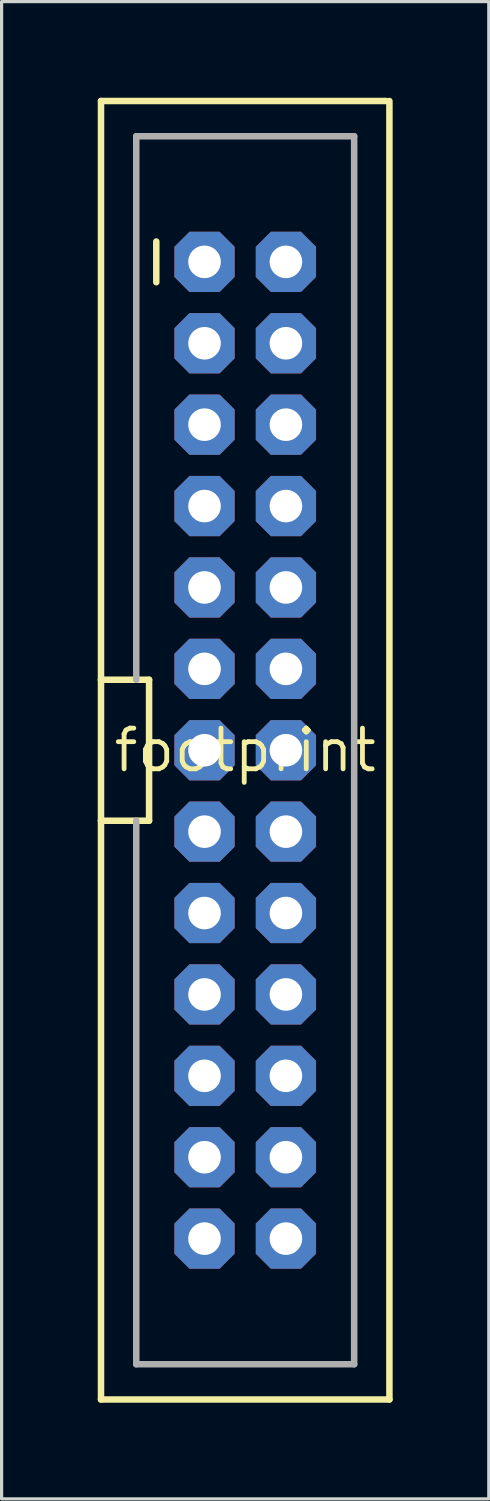
<source format=kicad_pcb>
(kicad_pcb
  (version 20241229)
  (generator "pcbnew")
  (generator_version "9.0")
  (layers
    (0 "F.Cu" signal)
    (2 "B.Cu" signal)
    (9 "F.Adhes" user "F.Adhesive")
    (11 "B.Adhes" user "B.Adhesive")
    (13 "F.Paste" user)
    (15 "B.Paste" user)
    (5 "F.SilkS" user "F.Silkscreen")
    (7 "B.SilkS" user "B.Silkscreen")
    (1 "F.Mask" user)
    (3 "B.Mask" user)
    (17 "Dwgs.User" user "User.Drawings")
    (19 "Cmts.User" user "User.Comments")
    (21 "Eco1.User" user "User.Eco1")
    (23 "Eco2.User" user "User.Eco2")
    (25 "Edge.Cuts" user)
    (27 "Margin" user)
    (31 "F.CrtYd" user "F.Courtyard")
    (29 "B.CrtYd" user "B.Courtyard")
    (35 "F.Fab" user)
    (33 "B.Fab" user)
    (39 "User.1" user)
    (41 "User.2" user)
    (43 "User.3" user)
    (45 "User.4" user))
  (footprint "footprint"
    (layer "F.Cu")
    (at 4.602 20.362)
    (property "Reference" "footprint" (at 0 0 0) (layer "F.SilkS") (effects (font (size 1.27 1.27) (thickness 0.15))))
    (fp_line (start -4.5 -20.26) (end 4.4 -20.26) (stroke (width 0.203) (type solid)) (layer "F.SilkS"))
    (fp_line (start -4.5 -2.2) (end -4.5 -20.26) (stroke (width 0.203) (type solid)) (layer "F.SilkS"))
    (fp_line (start -4.5 -2.2) (end -3 -2.2) (stroke (width 0.203) (type solid)) (layer "F.SilkS"))
    (fp_line (start -4.5 2.2) (end -4.5 -2.2) (stroke (width 0.203) (type solid)) (layer "F.SilkS"))
    (fp_line (start -4.5 20.26) (end -4.5 2.2) (stroke (width 0.203) (type solid)) (layer "F.SilkS"))
    (fp_line (start -3 -2.2) (end -3 2.2) (stroke (width 0.203) (type solid)) (layer "F.SilkS"))
    (fp_line (start -3 2.2) (end -4.5 2.2) (stroke (width 0.203) (type solid)) (layer "F.SilkS"))
    (fp_line (start -2.775 -15.875) (end -2.775 -14.605) (stroke (width 0.203) (type solid)) (layer "F.SilkS"))
    (fp_line (start 4.5 -20.26) (end 4.5 20.26) (stroke (width 0.203) (type solid)) (layer "F.SilkS"))
    (fp_line (start 4.5 20.26) (end -4.5 20.26) (stroke (width 0.203) (type solid)) (layer "F.SilkS"))
    (fp_line (start -3.4 -19.16) (end -3.4 -2.2) (stroke (width 0.203) (type solid)) (layer "F.Fab"))
    (fp_line (start -3.4 -19.16) (end 3.4 -19.16) (stroke (width 0.203) (type solid)) (layer "F.Fab"))
    (fp_line (start -3.4 19.16) (end -3.4 2.2) (stroke (width 0.203) (type solid)) (layer "F.Fab"))
    (fp_line (start -3.4 19.16) (end 3.4 19.16) (stroke (width 0.203) (type solid)) (layer "F.Fab"))
    (fp_line (start 3.4 -19.16) (end 3.4 19.16) (stroke (width 0.203) (type solid)) (layer "F.Fab"))
    (fp_poly (pts (xy -1.524 -14.986) (xy -1.016 -14.986) (xy -1.016 -15.494) (xy -1.524 -15.494)) (stroke (width 0.1) (type solid)) (fill no) (layer "F.Fab"))
    (fp_poly (pts (xy -1.524 -12.446) (xy -1.016 -12.446) (xy -1.016 -12.954) (xy -1.524 -12.954)) (stroke (width 0.1) (type solid)) (fill no) (layer "F.Fab"))
    (fp_poly (pts (xy -1.524 -9.906) (xy -1.016 -9.906) (xy -1.016 -10.414) (xy -1.524 -10.414)) (stroke (width 0.1) (type solid)) (fill no) (layer "F.Fab"))
    (fp_poly (pts (xy -1.524 -7.366) (xy -1.016 -7.366) (xy -1.016 -7.874) (xy -1.524 -7.874)) (stroke (width 0.1) (type solid)) (fill no) (layer "F.Fab"))
    (fp_poly (pts (xy -1.524 -7.366) (xy -1.016 -7.366) (xy -1.016 -7.874) (xy -1.524 -7.874)) (stroke (width 0.1) (type solid)) (fill no) (layer "F.Fab"))
    (fp_poly (pts (xy -1.524 -4.826) (xy -1.016 -4.826) (xy -1.016 -5.334) (xy -1.524 -5.334)) (stroke (width 0.1) (type solid)) (fill no) (layer "F.Fab"))
    (fp_poly (pts (xy -1.524 -2.286) (xy -1.016 -2.286) (xy -1.016 -2.794) (xy -1.524 -2.794)) (stroke (width 0.1) (type solid)) (fill no) (layer "F.Fab"))
    (fp_poly (pts (xy -1.524 0.254) (xy -1.016 0.254) (xy -1.016 -0.254) (xy -1.524 -0.254)) (stroke (width 0.1) (type solid)) (fill no) (layer "F.Fab"))
    (fp_poly (pts (xy -1.524 2.794) (xy -1.016 2.794) (xy -1.016 2.286) (xy -1.524 2.286)) (stroke (width 0.1) (type solid)) (fill no) (layer "F.Fab"))
    (fp_poly (pts (xy -1.524 5.334) (xy -1.016 5.334) (xy -1.016 4.826) (xy -1.524 4.826)) (stroke (width 0.1) (type solid)) (fill no) (layer "F.Fab"))
    (fp_poly (pts (xy -1.524 5.334) (xy -1.016 5.334) (xy -1.016 4.826) (xy -1.524 4.826)) (stroke (width 0.1) (type solid)) (fill no) (layer "F.Fab"))
    (fp_poly (pts (xy -1.524 7.874) (xy -1.016 7.874) (xy -1.016 7.366) (xy -1.524 7.366)) (stroke (width 0.1) (type solid)) (fill no) (layer "F.Fab"))
    (fp_poly (pts (xy -1.524 10.414) (xy -1.016 10.414) (xy -1.016 9.906) (xy -1.524 9.906)) (stroke (width 0.1) (type solid)) (fill no) (layer "F.Fab"))
    (fp_poly (pts (xy -1.524 12.954) (xy -1.016 12.954) (xy -1.016 12.446) (xy -1.524 12.446)) (stroke (width 0.1) (type solid)) (fill no) (layer "F.Fab"))
    (fp_poly (pts (xy -1.524 12.954) (xy -1.016 12.954) (xy -1.016 12.446) (xy -1.524 12.446)) (stroke (width 0.1) (type solid)) (fill no) (layer "F.Fab"))
    (fp_poly (pts (xy -1.524 15.494) (xy -1.016 15.494) (xy -1.016 14.986) (xy -1.524 14.986)) (stroke (width 0.1) (type solid)) (fill no) (layer "F.Fab"))
    (fp_poly (pts (xy 1.016 -14.986) (xy 1.524 -14.986) (xy 1.524 -15.494) (xy 1.016 -15.494)) (stroke (width 0.1) (type solid)) (fill no) (layer "F.Fab"))
    (fp_poly (pts (xy 1.016 -12.446) (xy 1.524 -12.446) (xy 1.524 -12.954) (xy 1.016 -12.954)) (stroke (width 0.1) (type solid)) (fill no) (layer "F.Fab"))
    (fp_poly (pts (xy 1.016 -9.906) (xy 1.524 -9.906) (xy 1.524 -10.414) (xy 1.016 -10.414)) (stroke (width 0.1) (type solid)) (fill no) (layer "F.Fab"))
    (fp_poly (pts (xy 1.016 -7.366) (xy 1.524 -7.366) (xy 1.524 -7.874) (xy 1.016 -7.874)) (stroke (width 0.1) (type solid)) (fill no) (layer "F.Fab"))
    (fp_poly (pts (xy 1.016 -7.366) (xy 1.524 -7.366) (xy 1.524 -7.874) (xy 1.016 -7.874)) (stroke (width 0.1) (type solid)) (fill no) (layer "F.Fab"))
    (fp_poly (pts (xy 1.016 -4.826) (xy 1.524 -4.826) (xy 1.524 -5.334) (xy 1.016 -5.334)) (stroke (width 0.1) (type solid)) (fill no) (layer "F.Fab"))
    (fp_poly (pts (xy 1.016 -2.286) (xy 1.524 -2.286) (xy 1.524 -2.794) (xy 1.016 -2.794)) (stroke (width 0.1) (type solid)) (fill no) (layer "F.Fab"))
    (fp_poly (pts (xy 1.016 0.254) (xy 1.524 0.254) (xy 1.524 -0.254) (xy 1.016 -0.254)) (stroke (width 0.1) (type solid)) (fill no) (layer "F.Fab"))
    (fp_poly (pts (xy 1.016 2.794) (xy 1.524 2.794) (xy 1.524 2.286) (xy 1.016 2.286)) (stroke (width 0.1) (type solid)) (fill no) (layer "F.Fab"))
    (fp_poly (pts (xy 1.016 5.334) (xy 1.524 5.334) (xy 1.524 4.826) (xy 1.016 4.826)) (stroke (width 0.1) (type solid)) (fill no) (layer "F.Fab"))
    (fp_poly (pts (xy 1.016 5.334) (xy 1.524 5.334) (xy 1.524 4.826) (xy 1.016 4.826)) (stroke (width 0.1) (type solid)) (fill no) (layer "F.Fab"))
    (fp_poly (pts (xy 1.016 7.874) (xy 1.524 7.874) (xy 1.524 7.366) (xy 1.016 7.366)) (stroke (width 0.1) (type solid)) (fill no) (layer "F.Fab"))
    (fp_poly (pts (xy 1.016 10.414) (xy 1.524 10.414) (xy 1.524 9.906) (xy 1.016 9.906)) (stroke (width 0.1) (type solid)) (fill no) (layer "F.Fab"))
    (fp_poly (pts (xy 1.016 12.954) (xy 1.524 12.954) (xy 1.524 12.446) (xy 1.016 12.446)) (stroke (width 0.1) (type solid)) (fill no) (layer "F.Fab"))
    (fp_poly (pts (xy 1.016 12.954) (xy 1.524 12.954) (xy 1.524 12.446) (xy 1.016 12.446)) (stroke (width 0.1) (type solid)) (fill no) (layer "F.Fab"))
    (fp_poly (pts (xy 1.016 15.494) (xy 1.524 15.494) (xy 1.524 14.986) (xy 1.016 14.986)) (stroke (width 0.1) (type solid)) (fill no) (layer "F.Fab"))
    (pad "1" thru_hole roundrect (at -1.27 -15.24 270) (size 1.88 1.88) (drill 1.016) (layers "*.Cu" "*.Mask") (roundrect_rratio 0.25) (chamfer_ratio 0.25) (chamfer top_left top_right bottom_left bottom_right))
    (pad "2" thru_hole roundrect (at 1.27 -15.24 270) (size 1.88 1.88) (drill 1.016) (layers "*.Cu" "*.Mask") (roundrect_rratio 0.25) (chamfer_ratio 0.25) (chamfer top_left top_right bottom_left bottom_right))
    (pad "3" thru_hole roundrect (at -1.27 -12.7 270) (size 1.88 1.88) (drill 1.016) (layers "*.Cu" "*.Mask") (roundrect_rratio 0.25) (chamfer_ratio 0.25) (chamfer top_left top_right bottom_left bottom_right))
    (pad "4" thru_hole roundrect (at 1.27 -12.7 270) (size 1.88 1.88) (drill 1.016) (layers "*.Cu" "*.Mask") (roundrect_rratio 0.25) (chamfer_ratio 0.25) (chamfer top_left top_right bottom_left bottom_right))
    (pad "5" thru_hole roundrect (at -1.27 -10.16 270) (size 1.88 1.88) (drill 1.016) (layers "*.Cu" "*.Mask") (roundrect_rratio 0.25) (chamfer_ratio 0.25) (chamfer top_left top_right bottom_left bottom_right))
    (pad "6" thru_hole roundrect (at 1.27 -10.16 270) (size 1.88 1.88) (drill 1.016) (layers "*.Cu" "*.Mask") (roundrect_rratio 0.25) (chamfer_ratio 0.25) (chamfer top_left top_right bottom_left bottom_right))
    (pad "7" thru_hole roundrect (at -1.27 -7.62 270) (size 1.88 1.88) (drill 1.016) (layers "*.Cu" "*.Mask") (roundrect_rratio 0.25) (chamfer_ratio 0.25) (chamfer top_left top_right bottom_left bottom_right))
    (pad "8" thru_hole roundrect (at 1.27 -7.62 270) (size 1.88 1.88) (drill 1.016) (layers "*.Cu" "*.Mask") (roundrect_rratio 0.25) (chamfer_ratio 0.25) (chamfer top_left top_right bottom_left bottom_right))
    (pad "9" thru_hole roundrect (at -1.27 -5.08 270) (size 1.88 1.88) (drill 1.016) (layers "*.Cu" "*.Mask") (roundrect_rratio 0.25) (chamfer_ratio 0.25) (chamfer top_left top_right bottom_left bottom_right))
    (pad "10" thru_hole roundrect (at 1.27 -5.08 270) (size 1.88 1.88) (drill 1.016) (layers "*.Cu" "*.Mask") (roundrect_rratio 0.25) (chamfer_ratio 0.25) (chamfer top_left top_right bottom_left bottom_right))
    (pad "11" thru_hole roundrect (at -1.27 -2.54 270) (size 1.88 1.88) (drill 1.016) (layers "*.Cu" "*.Mask") (roundrect_rratio 0.25) (chamfer_ratio 0.25) (chamfer top_left top_right bottom_left bottom_right))
    (pad "12" thru_hole roundrect (at 1.27 -2.54 270) (size 1.88 1.88) (drill 1.016) (layers "*.Cu" "*.Mask") (roundrect_rratio 0.25) (chamfer_ratio 0.25) (chamfer top_left top_right bottom_left bottom_right))
    (pad "13" thru_hole roundrect (at -1.27 0 270) (size 1.88 1.88) (drill 1.016) (layers "*.Cu" "*.Mask") (roundrect_rratio 0.25) (chamfer_ratio 0.25) (chamfer top_left top_right bottom_left bottom_right))
    (pad "14" thru_hole roundrect (at 1.27 0 270) (size 1.88 1.88) (drill 1.016) (layers "*.Cu" "*.Mask") (roundrect_rratio 0.25) (chamfer_ratio 0.25) (chamfer top_left top_right bottom_left bottom_right))
    (pad "15" thru_hole roundrect (at -1.27 2.54 270) (size 1.88 1.88) (drill 1.016) (layers "*.Cu" "*.Mask") (roundrect_rratio 0.25) (chamfer_ratio 0.25) (chamfer top_left top_right bottom_left bottom_right))
    (pad "16" thru_hole roundrect (at 1.27 2.54 270) (size 1.88 1.88) (drill 1.016) (layers "*.Cu" "*.Mask") (roundrect_rratio 0.25) (chamfer_ratio 0.25) (chamfer top_left top_right bottom_left bottom_right))
    (pad "17" thru_hole roundrect (at -1.27 5.08 270) (size 1.88 1.88) (drill 1.016) (layers "*.Cu" "*.Mask") (roundrect_rratio 0.25) (chamfer_ratio 0.25) (chamfer top_left top_right bottom_left bottom_right))
    (pad "18" thru_hole roundrect (at 1.27 5.08 270) (size 1.88 1.88) (drill 1.016) (layers "*.Cu" "*.Mask") (roundrect_rratio 0.25) (chamfer_ratio 0.25) (chamfer top_left top_right bottom_left bottom_right))
    (pad "19" thru_hole roundrect (at -1.27 7.62 270) (size 1.88 1.88) (drill 1.016) (layers "*.Cu" "*.Mask") (roundrect_rratio 0.25) (chamfer_ratio 0.25) (chamfer top_left top_right bottom_left bottom_right))
    (pad "20" thru_hole roundrect (at 1.27 7.62 270) (size 1.88 1.88) (drill 1.016) (layers "*.Cu" "*.Mask") (roundrect_rratio 0.25) (chamfer_ratio 0.25) (chamfer top_left top_right bottom_left bottom_right))
    (pad "21" thru_hole roundrect (at -1.27 10.16 270) (size 1.88 1.88) (drill 1.016) (layers "*.Cu" "*.Mask") (roundrect_rratio 0.25) (chamfer_ratio 0.25) (chamfer top_left top_right bottom_left bottom_right))
    (pad "22" thru_hole roundrect (at 1.27 10.16 270) (size 1.88 1.88) (drill 1.016) (layers "*.Cu" "*.Mask") (roundrect_rratio 0.25) (chamfer_ratio 0.25) (chamfer top_left top_right bottom_left bottom_right))
    (pad "23" thru_hole roundrect (at -1.27 12.7 270) (size 1.88 1.88) (drill 1.016) (layers "*.Cu" "*.Mask") (roundrect_rratio 0.25) (chamfer_ratio 0.25) (chamfer top_left top_right bottom_left bottom_right))
    (pad "24" thru_hole roundrect (at 1.27 12.7 270) (size 1.88 1.88) (drill 1.016) (layers "*.Cu" "*.Mask") (roundrect_rratio 0.25) (chamfer_ratio 0.25) (chamfer top_left top_right bottom_left bottom_right))
    (pad "25" thru_hole roundrect (at -1.27 15.24 270) (size 1.88 1.88) (drill 1.016) (layers "*.Cu" "*.Mask") (roundrect_rratio 0.25) (chamfer_ratio 0.25) (chamfer top_left top_right bottom_left bottom_right))
    (pad "26" thru_hole roundrect (at 1.27 15.24 270) (size 1.88 1.88) (drill 1.016) (layers "*.Cu" "*.Mask") (roundrect_rratio 0.25) (chamfer_ratio 0.25) (chamfer top_left top_right bottom_left bottom_right)))
  (gr_rect
    (start -3 -3)
    (end 12.203 43.723)
    (stroke (width 0.1) (type default))
    (fill no)
    (layer "Edge.Cuts")))
</source>
